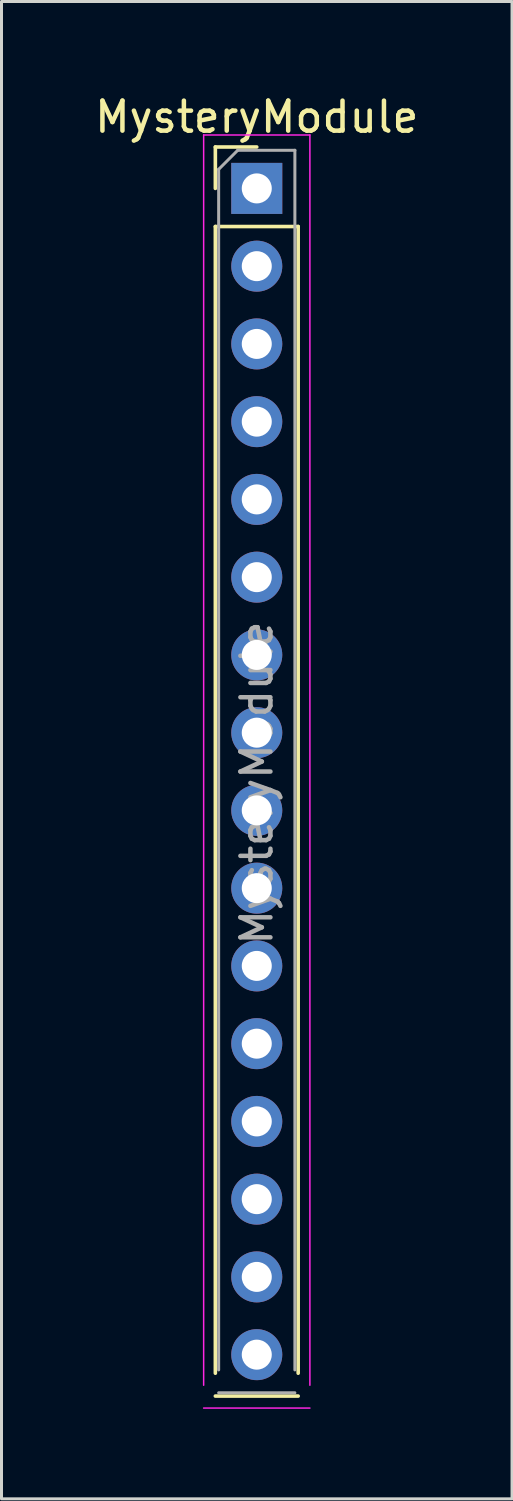
<source format=kicad_pcb>
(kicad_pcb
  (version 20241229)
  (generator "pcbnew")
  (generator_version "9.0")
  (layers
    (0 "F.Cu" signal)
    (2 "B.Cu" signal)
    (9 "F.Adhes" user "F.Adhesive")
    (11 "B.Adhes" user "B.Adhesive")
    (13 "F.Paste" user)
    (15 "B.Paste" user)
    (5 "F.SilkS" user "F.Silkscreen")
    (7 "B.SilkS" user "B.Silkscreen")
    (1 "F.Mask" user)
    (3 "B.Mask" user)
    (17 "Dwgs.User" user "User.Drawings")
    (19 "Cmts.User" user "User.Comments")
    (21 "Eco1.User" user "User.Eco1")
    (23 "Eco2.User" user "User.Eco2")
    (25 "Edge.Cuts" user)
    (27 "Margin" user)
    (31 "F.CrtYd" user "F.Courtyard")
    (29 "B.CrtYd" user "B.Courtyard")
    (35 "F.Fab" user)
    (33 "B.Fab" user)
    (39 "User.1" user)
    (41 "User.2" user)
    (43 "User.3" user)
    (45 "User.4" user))
  (footprint "MysteryModule"
    (layer "F.Cu")
    (at 5.506 3.228)
    (property "Reference" "MysteryModule" (at 0 -2.38 0) (layer "F.SilkS") (effects (font (size 1 1) (thickness 0.15))))
    (attr through_hole)
    (fp_line (start -1.38 -1.38) (end 0 -1.38) (stroke (width 0.12) (type solid)) (layer "F.SilkS"))
    (fp_line (start -1.38 0) (end -1.38 -1.38) (stroke (width 0.12) (type solid)) (layer "F.SilkS"))
    (fp_line (start -1.38 1.27) (end -1.38 39.48) (stroke (width 0.12) (type solid)) (layer "F.SilkS"))
    (fp_line (start -1.38 1.27) (end 1.38 1.27) (stroke (width 0.12) (type solid)) (layer "F.SilkS"))
    (fp_line (start -1.38 40.242) (end 1.38 40.242) (stroke (width 0.12) (type solid)) (layer "F.SilkS"))
    (fp_line (start 1.38 1.27) (end 1.38 39.48) (stroke (width 0.12) (type solid)) (layer "F.SilkS"))
    (fp_line (start -1.77 -1.78) (end -1.77 39.88) (stroke (width 0.05) (type solid)) (layer "F.CrtYd"))
    (fp_line (start -1.77 40.642) (end 1.77 40.642) (stroke (width 0.05) (type solid)) (layer "F.CrtYd"))
    (fp_line (start 1.77 -1.78) (end -1.77 -1.78) (stroke (width 0.05) (type solid)) (layer "F.CrtYd"))
    (fp_line (start 1.77 39.88) (end 1.77 -1.78) (stroke (width 0.05) (type solid)) (layer "F.CrtYd"))
    (fp_line (start -1.27 -0.635) (end -0.635 -1.27) (stroke (width 0.1) (type solid)) (layer "F.Fab"))
    (fp_line (start -1.27 39.37) (end -1.27 -0.635) (stroke (width 0.1) (type solid)) (layer "F.Fab"))
    (fp_line (start -0.635 -1.27) (end 1.27 -1.27) (stroke (width 0.1) (type solid)) (layer "F.Fab"))
    (fp_line (start 1.27 -1.27) (end 1.27 39.37) (stroke (width 0.1) (type solid)) (layer "F.Fab"))
    (fp_line (start 1.27 40.132) (end -1.27 40.132) (stroke (width 0.1) (type solid)) (layer "F.Fab"))
    (fp_text user "${REFERENCE}" (at 0 19.812 90) (layer "F.Fab") (effects (font (size 1 1) (thickness 0.15))))
    (pad "1" thru_hole rect (at 0 0) (size 1.7 1.7) (drill 1) (layers "*.Cu" "*.Mask"))
    (pad "2" thru_hole circle (at 0 2.591) (size 1.7 1.7) (drill 1) (layers "*.Cu" "*.Mask"))
    (pad "3" thru_hole circle (at 0 5.182) (size 1.7 1.7) (drill 1) (layers "*.Cu" "*.Mask"))
    (pad "4" thru_hole circle (at 0 7.772) (size 1.7 1.7) (drill 1) (layers "*.Cu" "*.Mask"))
    (pad "5" thru_hole circle (at 0 10.363) (size 1.7 1.7) (drill 1) (layers "*.Cu" "*.Mask"))
    (pad "6" thru_hole circle (at 0 12.954) (size 1.7 1.7) (drill 1) (layers "*.Cu" "*.Mask"))
    (pad "7" thru_hole circle (at 0 15.545) (size 1.7 1.7) (drill 1) (layers "*.Cu" "*.Mask"))
    (pad "8" thru_hole circle (at 0 18.136) (size 1.7 1.7) (drill 1) (layers "*.Cu" "*.Mask"))
    (pad "9" thru_hole circle (at 0 20.726) (size 1.7 1.7) (drill 1) (layers "*.Cu" "*.Mask"))
    (pad "10" thru_hole circle (at 0 23.317) (size 1.7 1.7) (drill 1) (layers "*.Cu" "*.Mask"))
    (pad "11" thru_hole circle (at 0 25.908) (size 1.7 1.7) (drill 1) (layers "*.Cu" "*.Mask"))
    (pad "12" thru_hole circle (at 0 28.499) (size 1.7 1.7) (drill 1) (layers "*.Cu" "*.Mask"))
    (pad "13" thru_hole circle (at 0 31.09) (size 1.7 1.7) (drill 1) (layers "*.Cu" "*.Mask"))
    (pad "14" thru_hole circle (at 0 33.68) (size 1.7 1.7) (drill 1) (layers "*.Cu" "*.Mask"))
    (pad "15" thru_hole circle (at 0 36.271) (size 1.7 1.7) (drill 1) (layers "*.Cu" "*.Mask"))
    (pad "16" thru_hole circle (at 0 38.862) (size 1.7 1.7) (drill 1) (layers "*.Cu" "*.Mask")))
  (gr_rect
    (start -3 -3)
    (end 14.012 46.895)
    (stroke (width 0.1) (type default))
    (fill no)
    (layer "Edge.Cuts")))
</source>
